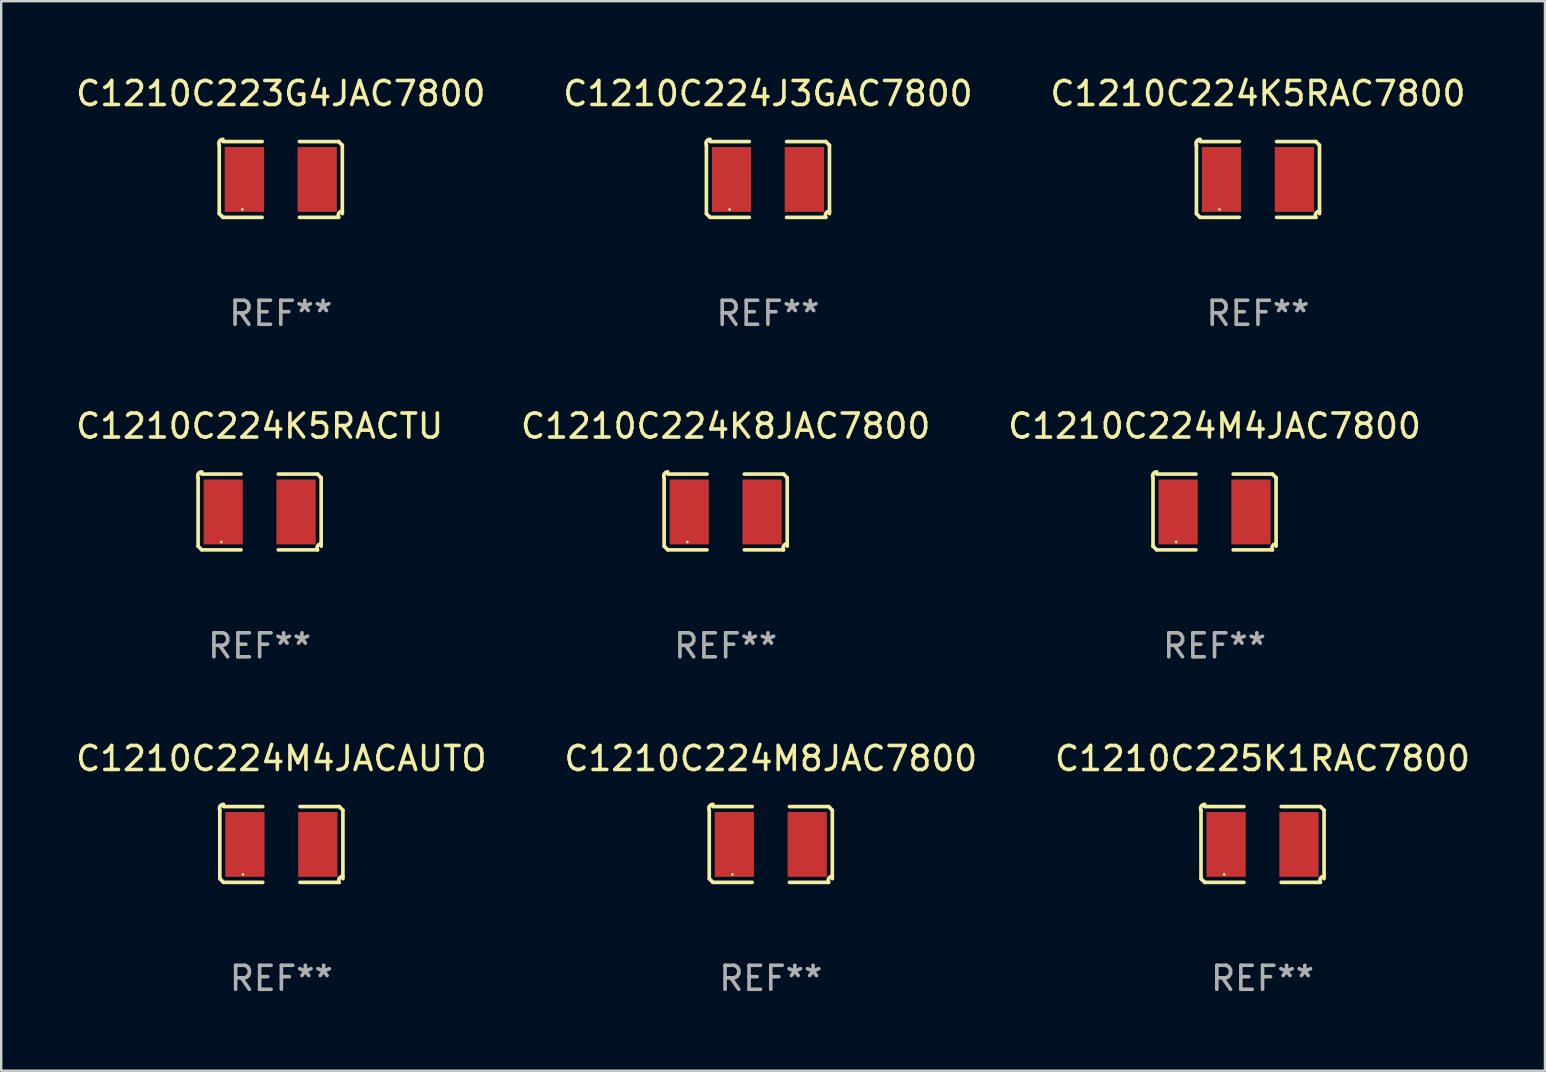
<source format=kicad_pcb>
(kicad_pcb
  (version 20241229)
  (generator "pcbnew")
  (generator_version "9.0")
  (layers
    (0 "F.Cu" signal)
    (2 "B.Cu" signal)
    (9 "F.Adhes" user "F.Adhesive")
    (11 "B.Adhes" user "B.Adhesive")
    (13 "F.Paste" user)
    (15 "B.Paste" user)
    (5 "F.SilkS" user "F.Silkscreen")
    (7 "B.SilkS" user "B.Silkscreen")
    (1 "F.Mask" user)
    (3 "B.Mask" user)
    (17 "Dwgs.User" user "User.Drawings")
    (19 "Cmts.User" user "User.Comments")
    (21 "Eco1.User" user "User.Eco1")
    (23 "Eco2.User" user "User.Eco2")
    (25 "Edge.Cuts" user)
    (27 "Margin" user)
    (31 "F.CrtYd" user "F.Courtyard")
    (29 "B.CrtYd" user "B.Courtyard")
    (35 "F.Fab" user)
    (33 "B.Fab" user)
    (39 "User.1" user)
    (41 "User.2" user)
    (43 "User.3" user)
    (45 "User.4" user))
  (footprint "C1210C224K5RACTU"
    (layer "F.Cu")
    (at 7.768 18.281)
    (property "Reference" "C1210C224K5RACTU" (at 0 -3.579 0) (layer "F.SilkS") (effects (font (size 1 1) (thickness 0.15))))
    (attr through_hole)
    (fp_line (start -2.564 1.426) (end -2.564 -1.426) (stroke (width 0.152) (type solid)) (layer "F.SilkS"))
    (fp_line (start -2.411 -1.579) (end -0.776 -1.579) (stroke (width 0.152) (type solid)) (layer "F.SilkS"))
    (fp_line (start -0.776 1.579) (end -2.411 1.579) (stroke (width 0.152) (type solid)) (layer "F.SilkS"))
    (fp_line (start 0.776 1.579) (end 2.411 1.579) (stroke (width 0.152) (type solid)) (layer "F.SilkS"))
    (fp_line (start 2.411 -1.579) (end 0.776 -1.579) (stroke (width 0.152) (type solid)) (layer "F.SilkS"))
    (fp_line (start 2.564 1.426) (end 2.564 -1.426) (stroke (width 0.152) (type solid)) (layer "F.SilkS"))
    (fp_arc (start -2.563602 -1.426213) (mid -2.555597 -1.591233) (end -2.411201 -1.671518) (stroke (width 0.1524) (type solid)) (layer "F.SilkS"))
    (fp_arc (start -2.5636 1.426214) (mid -2.487389 1.502402) (end -2.411201 1.578613) (stroke (width 0.1524) (type solid)) (layer "F.SilkS"))
    (fp_arc (start 2.411197 -1.578618) (mid 2.487403 -1.502419) (end 2.563602 -1.426213) (stroke (width 0.1524) (type solid)) (layer "F.SilkS"))
    (fp_arc (start 2.411201 1.578613) (mid 2.416214 1.409455) (end 2.563602 1.32629) (stroke (width 0.1524) (type solid)) (layer "F.SilkS"))
    (fp_circle (center -1.6 1.25) (end -1.57 1.25) (stroke (width 0.06) (type solid)) (fill no) (layer "F.SilkS"))
    (fp_text user "REF**" (at 0 5.579 0) (layer "F.Fab") (effects (font (size 1 1) (thickness 0.15))))
    (pad "1" smd rect (at -1.517 0) (size 1.635 2.7) (layers "F.Cu" "F.Mask" "F.Paste"))
    (pad "2" smd rect (at 1.517 0) (size 1.635 2.7) (layers "F.Cu" "F.Mask" "F.Paste")))
  (footprint "C1210C224K5RAC7800"
    (layer "F.Cu")
    (at 49.363 4.427)
    (property "Reference" "C1210C224K5RAC7800" (at 0 -3.579 0) (layer "F.SilkS") (effects (font (size 1 1) (thickness 0.15))))
    (attr through_hole)
    (fp_line (start -2.564 1.426) (end -2.564 -1.426) (stroke (width 0.152) (type solid)) (layer "F.SilkS"))
    (fp_line (start -2.411 -1.579) (end -0.776 -1.579) (stroke (width 0.152) (type solid)) (layer "F.SilkS"))
    (fp_line (start -0.776 1.579) (end -2.411 1.579) (stroke (width 0.152) (type solid)) (layer "F.SilkS"))
    (fp_line (start 0.776 1.579) (end 2.411 1.579) (stroke (width 0.152) (type solid)) (layer "F.SilkS"))
    (fp_line (start 2.411 -1.579) (end 0.776 -1.579) (stroke (width 0.152) (type solid)) (layer "F.SilkS"))
    (fp_line (start 2.564 1.426) (end 2.564 -1.426) (stroke (width 0.152) (type solid)) (layer "F.SilkS"))
    (fp_arc (start -2.563602 -1.426213) (mid -2.555597 -1.591233) (end -2.411201 -1.671518) (stroke (width 0.1524) (type solid)) (layer "F.SilkS"))
    (fp_arc (start -2.5636 1.426214) (mid -2.487389 1.502402) (end -2.411201 1.578613) (stroke (width 0.1524) (type solid)) (layer "F.SilkS"))
    (fp_arc (start 2.411197 -1.578618) (mid 2.487403 -1.502419) (end 2.563602 -1.426213) (stroke (width 0.1524) (type solid)) (layer "F.SilkS"))
    (fp_arc (start 2.411201 1.578613) (mid 2.416214 1.409455) (end 2.563602 1.32629) (stroke (width 0.1524) (type solid)) (layer "F.SilkS"))
    (fp_circle (center -1.6 1.25) (end -1.57 1.25) (stroke (width 0.06) (type solid)) (fill no) (layer "F.SilkS"))
    (fp_text user "REF**" (at 0 5.579 0) (layer "F.Fab") (effects (font (size 1 1) (thickness 0.15))))
    (pad "1" smd rect (at -1.517 0) (size 1.635 2.7) (layers "F.Cu" "F.Mask" "F.Paste"))
    (pad "2" smd rect (at 1.517 0) (size 1.635 2.7) (layers "F.Cu" "F.Mask" "F.Paste")))
  (footprint "C1210C224K8JAC7800"
    (layer "F.Cu")
    (at 27.185 18.281)
    (property "Reference" "C1210C224K8JAC7800" (at 0 -3.579 0) (layer "F.SilkS") (effects (font (size 1 1) (thickness 0.15))))
    (attr through_hole)
    (fp_line (start -2.564 1.426) (end -2.564 -1.426) (stroke (width 0.152) (type solid)) (layer "F.SilkS"))
    (fp_line (start -2.411 -1.579) (end -0.776 -1.579) (stroke (width 0.152) (type solid)) (layer "F.SilkS"))
    (fp_line (start -0.776 1.579) (end -2.411 1.579) (stroke (width 0.152) (type solid)) (layer "F.SilkS"))
    (fp_line (start 0.776 1.579) (end 2.411 1.579) (stroke (width 0.152) (type solid)) (layer "F.SilkS"))
    (fp_line (start 2.411 -1.579) (end 0.776 -1.579) (stroke (width 0.152) (type solid)) (layer "F.SilkS"))
    (fp_line (start 2.564 1.426) (end 2.564 -1.426) (stroke (width 0.152) (type solid)) (layer "F.SilkS"))
    (fp_arc (start -2.563602 -1.426213) (mid -2.555597 -1.591233) (end -2.411201 -1.671518) (stroke (width 0.1524) (type solid)) (layer "F.SilkS"))
    (fp_arc (start -2.5636 1.426214) (mid -2.487389 1.502402) (end -2.411201 1.578613) (stroke (width 0.1524) (type solid)) (layer "F.SilkS"))
    (fp_arc (start 2.411197 -1.578618) (mid 2.487403 -1.502419) (end 2.563602 -1.426213) (stroke (width 0.1524) (type solid)) (layer "F.SilkS"))
    (fp_arc (start 2.411201 1.578613) (mid 2.416214 1.409455) (end 2.563602 1.32629) (stroke (width 0.1524) (type solid)) (layer "F.SilkS"))
    (fp_circle (center -1.6 1.25) (end -1.57 1.25) (stroke (width 0.06) (type solid)) (fill no) (layer "F.SilkS"))
    (fp_text user "REF**" (at 0 5.579 0) (layer "F.Fab") (effects (font (size 1 1) (thickness 0.15))))
    (pad "1" smd rect (at -1.517 0) (size 1.635 2.7) (layers "F.Cu" "F.Mask" "F.Paste"))
    (pad "2" smd rect (at 1.517 0) (size 1.635 2.7) (layers "F.Cu" "F.Mask" "F.Paste")))
  (footprint "C1210C223G4JAC7800"
    (layer "F.Cu")
    (at 8.649 4.427)
    (property "Reference" "C1210C223G4JAC7800" (at 0 -3.579 0) (layer "F.SilkS") (effects (font (size 1 1) (thickness 0.15))))
    (attr through_hole)
    (fp_line (start -2.564 1.426) (end -2.564 -1.426) (stroke (width 0.152) (type solid)) (layer "F.SilkS"))
    (fp_line (start -2.411 -1.579) (end -0.776 -1.579) (stroke (width 0.152) (type solid)) (layer "F.SilkS"))
    (fp_line (start -0.776 1.579) (end -2.411 1.579) (stroke (width 0.152) (type solid)) (layer "F.SilkS"))
    (fp_line (start 0.776 1.579) (end 2.411 1.579) (stroke (width 0.152) (type solid)) (layer "F.SilkS"))
    (fp_line (start 2.411 -1.579) (end 0.776 -1.579) (stroke (width 0.152) (type solid)) (layer "F.SilkS"))
    (fp_line (start 2.564 1.426) (end 2.564 -1.426) (stroke (width 0.152) (type solid)) (layer "F.SilkS"))
    (fp_arc (start -2.563602 -1.426213) (mid -2.555597 -1.591233) (end -2.411201 -1.671518) (stroke (width 0.1524) (type solid)) (layer "F.SilkS"))
    (fp_arc (start -2.5636 1.426214) (mid -2.487389 1.502402) (end -2.411201 1.578613) (stroke (width 0.1524) (type solid)) (layer "F.SilkS"))
    (fp_arc (start 2.411197 -1.578618) (mid 2.487403 -1.502419) (end 2.563602 -1.426213) (stroke (width 0.1524) (type solid)) (layer "F.SilkS"))
    (fp_arc (start 2.411201 1.578613) (mid 2.416214 1.409455) (end 2.563602 1.32629) (stroke (width 0.1524) (type solid)) (layer "F.SilkS"))
    (fp_circle (center -1.6 1.25) (end -1.57 1.25) (stroke (width 0.06) (type solid)) (fill no) (layer "F.SilkS"))
    (fp_text user "REF**" (at 0 5.579 0) (layer "F.Fab") (effects (font (size 1 1) (thickness 0.15))))
    (pad "1" smd rect (at -1.517 0) (size 1.635 2.7) (layers "F.Cu" "F.Mask" "F.Paste"))
    (pad "2" smd rect (at 1.517 0) (size 1.635 2.7) (layers "F.Cu" "F.Mask" "F.Paste")))
  (footprint "C1210C224M8JAC7800"
    (layer "F.Cu")
    (at 29.065 32.134)
    (property "Reference" "C1210C224M8JAC7800" (at 0 -3.579 0) (layer "F.SilkS") (effects (font (size 1 1) (thickness 0.15))))
    (attr through_hole)
    (fp_line (start -2.564 1.426) (end -2.564 -1.426) (stroke (width 0.152) (type solid)) (layer "F.SilkS"))
    (fp_line (start -2.411 -1.579) (end -0.776 -1.579) (stroke (width 0.152) (type solid)) (layer "F.SilkS"))
    (fp_line (start -0.776 1.579) (end -2.411 1.579) (stroke (width 0.152) (type solid)) (layer "F.SilkS"))
    (fp_line (start 0.776 1.579) (end 2.411 1.579) (stroke (width 0.152) (type solid)) (layer "F.SilkS"))
    (fp_line (start 2.411 -1.579) (end 0.776 -1.579) (stroke (width 0.152) (type solid)) (layer "F.SilkS"))
    (fp_line (start 2.564 1.426) (end 2.564 -1.426) (stroke (width 0.152) (type solid)) (layer "F.SilkS"))
    (fp_arc (start -2.563602 -1.426213) (mid -2.555597 -1.591233) (end -2.411201 -1.671518) (stroke (width 0.1524) (type solid)) (layer "F.SilkS"))
    (fp_arc (start -2.5636 1.426214) (mid -2.487389 1.502402) (end -2.411201 1.578613) (stroke (width 0.1524) (type solid)) (layer "F.SilkS"))
    (fp_arc (start 2.411197 -1.578618) (mid 2.487403 -1.502419) (end 2.563602 -1.426213) (stroke (width 0.1524) (type solid)) (layer "F.SilkS"))
    (fp_arc (start 2.411201 1.578613) (mid 2.416214 1.409455) (end 2.563602 1.32629) (stroke (width 0.1524) (type solid)) (layer "F.SilkS"))
    (fp_circle (center -1.6 1.25) (end -1.57 1.25) (stroke (width 0.06) (type solid)) (fill no) (layer "F.SilkS"))
    (fp_text user "REF**" (at 0 5.579 0) (layer "F.Fab") (effects (font (size 1 1) (thickness 0.15))))
    (pad "1" smd rect (at -1.517 0) (size 1.635 2.7) (layers "F.Cu" "F.Mask" "F.Paste"))
    (pad "2" smd rect (at 1.517 0) (size 1.635 2.7) (layers "F.Cu" "F.Mask" "F.Paste")))
  (footprint "C1210C224M4JAC7800"
    (layer "F.Cu")
    (at 47.554 18.281)
    (property "Reference" "C1210C224M4JAC7800" (at 0 -3.579 0) (layer "F.SilkS") (effects (font (size 1 1) (thickness 0.15))))
    (attr through_hole)
    (fp_line (start -2.564 1.426) (end -2.564 -1.426) (stroke (width 0.152) (type solid)) (layer "F.SilkS"))
    (fp_line (start -2.411 -1.579) (end -0.776 -1.579) (stroke (width 0.152) (type solid)) (layer "F.SilkS"))
    (fp_line (start -0.776 1.579) (end -2.411 1.579) (stroke (width 0.152) (type solid)) (layer "F.SilkS"))
    (fp_line (start 0.776 1.579) (end 2.411 1.579) (stroke (width 0.152) (type solid)) (layer "F.SilkS"))
    (fp_line (start 2.411 -1.579) (end 0.776 -1.579) (stroke (width 0.152) (type solid)) (layer "F.SilkS"))
    (fp_line (start 2.564 1.426) (end 2.564 -1.426) (stroke (width 0.152) (type solid)) (layer "F.SilkS"))
    (fp_arc (start -2.563602 -1.426213) (mid -2.555597 -1.591233) (end -2.411201 -1.671518) (stroke (width 0.1524) (type solid)) (layer "F.SilkS"))
    (fp_arc (start -2.5636 1.426214) (mid -2.487389 1.502402) (end -2.411201 1.578613) (stroke (width 0.1524) (type solid)) (layer "F.SilkS"))
    (fp_arc (start 2.411197 -1.578618) (mid 2.487403 -1.502419) (end 2.563602 -1.426213) (stroke (width 0.1524) (type solid)) (layer "F.SilkS"))
    (fp_arc (start 2.411201 1.578613) (mid 2.416214 1.409455) (end 2.563602 1.32629) (stroke (width 0.1524) (type solid)) (layer "F.SilkS"))
    (fp_circle (center -1.6 1.25) (end -1.57 1.25) (stroke (width 0.06) (type solid)) (fill no) (layer "F.SilkS"))
    (fp_text user "REF**" (at 0 5.579 0) (layer "F.Fab") (effects (font (size 1 1) (thickness 0.15))))
    (pad "1" smd rect (at -1.517 0) (size 1.635 2.7) (layers "F.Cu" "F.Mask" "F.Paste"))
    (pad "2" smd rect (at 1.517 0) (size 1.635 2.7) (layers "F.Cu" "F.Mask" "F.Paste")))
  (footprint "C1210C225K1RAC7800"
    (layer "F.Cu")
    (at 49.554 32.134)
    (property "Reference" "C1210C225K1RAC7800" (at 0 -3.579 0) (layer "F.SilkS") (effects (font (size 1 1) (thickness 0.15))))
    (attr through_hole)
    (fp_line (start -2.564 1.426) (end -2.564 -1.426) (stroke (width 0.152) (type solid)) (layer "F.SilkS"))
    (fp_line (start -2.411 -1.579) (end -0.776 -1.579) (stroke (width 0.152) (type solid)) (layer "F.SilkS"))
    (fp_line (start -0.776 1.579) (end -2.411 1.579) (stroke (width 0.152) (type solid)) (layer "F.SilkS"))
    (fp_line (start 0.776 1.579) (end 2.411 1.579) (stroke (width 0.152) (type solid)) (layer "F.SilkS"))
    (fp_line (start 2.411 -1.579) (end 0.776 -1.579) (stroke (width 0.152) (type solid)) (layer "F.SilkS"))
    (fp_line (start 2.564 1.426) (end 2.564 -1.426) (stroke (width 0.152) (type solid)) (layer "F.SilkS"))
    (fp_arc (start -2.563602 -1.426213) (mid -2.555597 -1.591233) (end -2.411201 -1.671518) (stroke (width 0.1524) (type solid)) (layer "F.SilkS"))
    (fp_arc (start -2.5636 1.426214) (mid -2.487389 1.502402) (end -2.411201 1.578613) (stroke (width 0.1524) (type solid)) (layer "F.SilkS"))
    (fp_arc (start 2.411197 -1.578618) (mid 2.487403 -1.502419) (end 2.563602 -1.426213) (stroke (width 0.1524) (type solid)) (layer "F.SilkS"))
    (fp_arc (start 2.411201 1.578613) (mid 2.416214 1.409455) (end 2.563602 1.32629) (stroke (width 0.1524) (type solid)) (layer "F.SilkS"))
    (fp_circle (center -1.6 1.25) (end -1.57 1.25) (stroke (width 0.06) (type solid)) (fill no) (layer "F.SilkS"))
    (fp_text user "REF**" (at 0 5.579 0) (layer "F.Fab") (effects (font (size 1 1) (thickness 0.15))))
    (pad "1" smd rect (at -1.517 0) (size 1.635 2.7) (layers "F.Cu" "F.Mask" "F.Paste"))
    (pad "2" smd rect (at 1.517 0) (size 1.635 2.7) (layers "F.Cu" "F.Mask" "F.Paste")))
  (footprint "C1210C224M4JACAUTO"
    (layer "F.Cu")
    (at 8.673 32.134)
    (property "Reference" "C1210C224M4JACAUTO" (at 0 -3.579 0) (layer "F.SilkS") (effects (font (size 1 1) (thickness 0.15))))
    (attr through_hole)
    (fp_line (start -2.564 1.426) (end -2.564 -1.426) (stroke (width 0.152) (type solid)) (layer "F.SilkS"))
    (fp_line (start -2.411 -1.579) (end -0.776 -1.579) (stroke (width 0.152) (type solid)) (layer "F.SilkS"))
    (fp_line (start -0.776 1.579) (end -2.411 1.579) (stroke (width 0.152) (type solid)) (layer "F.SilkS"))
    (fp_line (start 0.776 1.579) (end 2.411 1.579) (stroke (width 0.152) (type solid)) (layer "F.SilkS"))
    (fp_line (start 2.411 -1.579) (end 0.776 -1.579) (stroke (width 0.152) (type solid)) (layer "F.SilkS"))
    (fp_line (start 2.564 1.426) (end 2.564 -1.426) (stroke (width 0.152) (type solid)) (layer "F.SilkS"))
    (fp_arc (start -2.563602 -1.426213) (mid -2.555597 -1.591233) (end -2.411201 -1.671518) (stroke (width 0.1524) (type solid)) (layer "F.SilkS"))
    (fp_arc (start -2.5636 1.426214) (mid -2.487389 1.502402) (end -2.411201 1.578613) (stroke (width 0.1524) (type solid)) (layer "F.SilkS"))
    (fp_arc (start 2.411197 -1.578618) (mid 2.487403 -1.502419) (end 2.563602 -1.426213) (stroke (width 0.1524) (type solid)) (layer "F.SilkS"))
    (fp_arc (start 2.411201 1.578613) (mid 2.416214 1.409455) (end 2.563602 1.32629) (stroke (width 0.1524) (type solid)) (layer "F.SilkS"))
    (fp_circle (center -1.6 1.25) (end -1.57 1.25) (stroke (width 0.06) (type solid)) (fill no) (layer "F.SilkS"))
    (fp_text user "REF**" (at 0 5.579 0) (layer "F.Fab") (effects (font (size 1 1) (thickness 0.15))))
    (pad "1" smd rect (at -1.517 0) (size 1.635 2.7) (layers "F.Cu" "F.Mask" "F.Paste"))
    (pad "2" smd rect (at 1.517 0) (size 1.635 2.7) (layers "F.Cu" "F.Mask" "F.Paste")))
  (footprint "C1210C224J3GAC7800"
    (layer "F.Cu")
    (at 28.946 4.427)
    (property "Reference" "C1210C224J3GAC7800" (at 0 -3.579 0) (layer "F.SilkS") (effects (font (size 1 1) (thickness 0.15))))
    (attr through_hole)
    (fp_line (start -2.564 1.426) (end -2.564 -1.426) (stroke (width 0.152) (type solid)) (layer "F.SilkS"))
    (fp_line (start -2.411 -1.579) (end -0.776 -1.579) (stroke (width 0.152) (type solid)) (layer "F.SilkS"))
    (fp_line (start -0.776 1.579) (end -2.411 1.579) (stroke (width 0.152) (type solid)) (layer "F.SilkS"))
    (fp_line (start 0.776 1.579) (end 2.411 1.579) (stroke (width 0.152) (type solid)) (layer "F.SilkS"))
    (fp_line (start 2.411 -1.579) (end 0.776 -1.579) (stroke (width 0.152) (type solid)) (layer "F.SilkS"))
    (fp_line (start 2.564 1.426) (end 2.564 -1.426) (stroke (width 0.152) (type solid)) (layer "F.SilkS"))
    (fp_arc (start -2.563602 -1.426213) (mid -2.555597 -1.591233) (end -2.411201 -1.671518) (stroke (width 0.1524) (type solid)) (layer "F.SilkS"))
    (fp_arc (start -2.5636 1.426214) (mid -2.487389 1.502402) (end -2.411201 1.578613) (stroke (width 0.1524) (type solid)) (layer "F.SilkS"))
    (fp_arc (start 2.411197 -1.578618) (mid 2.487403 -1.502419) (end 2.563602 -1.426213) (stroke (width 0.1524) (type solid)) (layer "F.SilkS"))
    (fp_arc (start 2.411201 1.578613) (mid 2.416214 1.409455) (end 2.563602 1.32629) (stroke (width 0.1524) (type solid)) (layer "F.SilkS"))
    (fp_circle (center -1.6 1.25) (end -1.57 1.25) (stroke (width 0.06) (type solid)) (fill no) (layer "F.SilkS"))
    (fp_text user "REF**" (at 0 5.579 0) (layer "F.Fab") (effects (font (size 1 1) (thickness 0.15))))
    (pad "1" smd rect (at -1.517 0) (size 1.635 2.7) (layers "F.Cu" "F.Mask" "F.Paste"))
    (pad "2" smd rect (at 1.517 0) (size 1.635 2.7) (layers "F.Cu" "F.Mask" "F.Paste")))
  (gr_rect
    (start -3 -3)
    (end 61.321 41.561)
    (stroke (width 0.1) (type default))
    (fill no)
    (layer "Edge.Cuts")))
</source>
